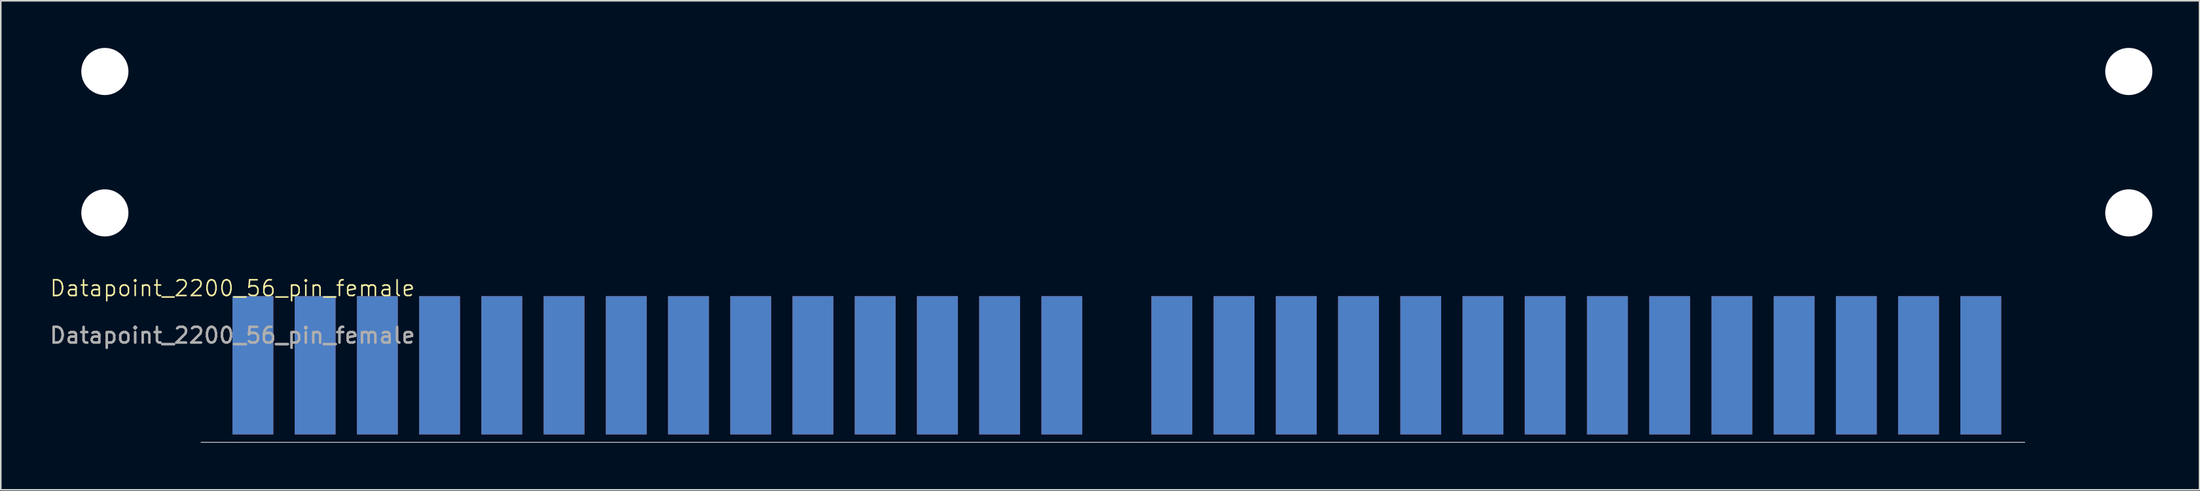
<source format=kicad_pcb>
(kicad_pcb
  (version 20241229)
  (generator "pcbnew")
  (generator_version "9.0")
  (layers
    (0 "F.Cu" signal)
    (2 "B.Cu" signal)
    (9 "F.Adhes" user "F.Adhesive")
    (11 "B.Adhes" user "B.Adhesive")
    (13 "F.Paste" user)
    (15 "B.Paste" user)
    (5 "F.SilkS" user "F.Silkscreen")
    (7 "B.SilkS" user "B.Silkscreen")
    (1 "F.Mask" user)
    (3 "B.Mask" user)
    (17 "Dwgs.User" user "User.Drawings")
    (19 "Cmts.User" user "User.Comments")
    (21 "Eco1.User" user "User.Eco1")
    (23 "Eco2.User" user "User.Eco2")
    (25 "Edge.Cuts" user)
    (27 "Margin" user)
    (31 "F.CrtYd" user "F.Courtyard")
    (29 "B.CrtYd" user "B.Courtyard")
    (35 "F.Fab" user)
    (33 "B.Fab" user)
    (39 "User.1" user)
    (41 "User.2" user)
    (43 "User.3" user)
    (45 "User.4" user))
  (footprint "Datapoint_2200_56_pin_female"
    (layer "F.Cu")
    (at 11.744 15.8)
    (property "Reference" "Datapoint_2200_56_pin_female" (at 0 -0.5 0) (unlocked yes) (layer "F.SilkS") (effects (font (size 1 1) (thickness 0.1))))
    (attr smd)
    (fp_line (start 0 9.3) (end -2 9.3) (stroke (width 0.05) (type default)) (layer "Edge.Cuts"))
    (fp_line (start 54.75 9.3) (end 0 9.3) (stroke (width 0.05) (type default)) (layer "Edge.Cuts"))
    (fp_line (start 54.75 9.3) (end 57.81 9.3) (stroke (width 0.05) (type default)) (layer "Edge.Cuts"))
    (fp_line (start 57.81 9.3) (end 112.56 9.3) (stroke (width 0.05) (type default)) (layer "Edge.Cuts"))
    (fp_line (start 114.06 9.3) (end 112.56 9.3) (stroke (width 0.05) (type default)) (layer "Edge.Cuts"))
    (fp_text user "${REFERENCE}" (at 0 2.5 0) (unlocked yes) (layer "F.Fab") (effects (font (size 1 1) (thickness 0.15))))
    (fp_text user "${REFERENCE}" (at 0 2.5 0) (unlocked yes) (layer "F.Fab") (effects (font (size 1 1) (thickness 0.15))))
    (pad "" np_thru_hole circle (at -8.12 -14.3) (size 3 3) (drill 3) (layers "*.Cu" "*.Mask"))
    (pad "" np_thru_hole circle (at -8.12 -5.3) (size 3 3) (drill 3) (layers "*.Cu" "*.Mask"))
    (pad "" np_thru_hole circle (at 120.68 -14.3) (size 3 3) (drill 3) (layers "*.Cu" "*.Mask"))
    (pad "" np_thru_hole circle (at 120.68 -5.3) (size 3 3) (drill 3) (layers "*.Cu" "*.Mask"))
    (pad "1" smd rect (at 111.26 4.4) (size 2.6 8.8) (layers "F.Cu" "F.Mask"))
    (pad "2" smd rect (at 107.3 4.4) (size 2.6 8.8) (layers "F.Cu" "F.Mask"))
    (pad "3" smd rect (at 103.34 4.4) (size 2.6 8.8) (layers "F.Cu" "F.Mask"))
    (pad "4" smd rect (at 99.38 4.4) (size 2.6 8.8) (layers "F.Cu" "F.Mask"))
    (pad "5" smd rect (at 95.42 4.4) (size 2.6 8.8) (layers "F.Cu" "F.Mask"))
    (pad "6" smd rect (at 91.46 4.4) (size 2.6 8.8) (layers "F.Cu" "F.Mask"))
    (pad "7" smd rect (at 87.5 4.4) (size 2.6 8.8) (layers "F.Cu" "F.Mask"))
    (pad "8" smd rect (at 83.54 4.4) (size 2.6 8.8) (layers "F.Cu" "F.Mask"))
    (pad "9" smd rect (at 79.58 4.4) (size 2.6 8.8) (layers "F.Cu" "F.Mask"))
    (pad "10" smd rect (at 75.62 4.4) (size 2.6 8.8) (layers "F.Cu" "F.Mask"))
    (pad "11" smd rect (at 71.66 4.4) (size 2.6 8.8) (layers "F.Cu" "F.Mask"))
    (pad "12" smd rect (at 67.7 4.4) (size 2.6 8.8) (layers "F.Cu" "F.Mask"))
    (pad "13" smd rect (at 63.74 4.4) (size 2.6 8.8) (layers "F.Cu" "F.Mask"))
    (pad "14" smd rect (at 59.78 4.4) (size 2.6 8.8) (layers "F.Cu" "F.Mask"))
    (pad "15" smd rect (at 52.78 4.4) (size 2.6 8.8) (layers "F.Cu" "F.Mask"))
    (pad "16" smd rect (at 48.82 4.4) (size 2.6 8.8) (layers "F.Cu" "F.Mask"))
    (pad "17" smd rect (at 44.86 4.4) (size 2.6 8.8) (layers "F.Cu" "F.Mask"))
    (pad "18" smd rect (at 40.9 4.4) (size 2.6 8.8) (layers "F.Cu" "F.Mask"))
    (pad "19" smd rect (at 36.94 4.4) (size 2.6 8.8) (layers "F.Cu" "F.Mask"))
    (pad "20" smd rect (at 32.98 4.4) (size 2.6 8.8) (layers "F.Cu" "F.Mask"))
    (pad "21" smd rect (at 29.02 4.4) (size 2.6 8.8) (layers "F.Cu" "F.Mask"))
    (pad "22" smd rect (at 25.06 4.4) (size 2.6 8.8) (layers "F.Cu" "F.Mask"))
    (pad "23" smd rect (at 21.1 4.4) (size 2.6 8.8) (layers "F.Cu" "F.Mask"))
    (pad "24" smd rect (at 17.14 4.4) (size 2.6 8.8) (layers "F.Cu" "F.Mask"))
    (pad "25" smd rect (at 13.18 4.4) (size 2.6 8.8) (layers "F.Cu" "F.Mask"))
    (pad "26" smd rect (at 9.22 4.4) (size 2.6 8.8) (layers "F.Cu" "F.Mask"))
    (pad "27" smd rect (at 5.26 4.4) (size 2.6 8.8) (layers "F.Cu" "F.Mask"))
    (pad "28" smd rect (at 1.3 4.4) (size 2.6 8.8) (layers "F.Cu" "F.Mask"))
    (pad "A" smd rect (at 111.26 4.4) (size 2.6 8.8) (layers "B.Cu" "B.Mask"))
    (pad "B" smd rect (at 107.3 4.4) (size 2.6 8.8) (layers "B.Cu" "B.Mask"))
    (pad "C" smd rect (at 103.34 4.4) (size 2.6 8.8) (layers "B.Cu" "B.Mask"))
    (pad "D" smd rect (at 99.38 4.4) (size 2.6 8.8) (layers "B.Cu" "B.Mask"))
    (pad "E" smd rect (at 95.42 4.4) (size 2.6 8.8) (layers "B.Cu" "B.Mask"))
    (pad "F" smd rect (at 91.46 4.4) (size 2.6 8.8) (layers "B.Cu" "B.Mask"))
    (pad "H" smd rect (at 87.5 4.4) (size 2.6 8.8) (layers "B.Cu" "B.Mask"))
    (pad "J" smd rect (at 83.54 4.4) (size 2.6 8.8) (layers "B.Cu" "B.Mask"))
    (pad "K" smd rect (at 79.58 4.4) (size 2.6 8.8) (layers "B.Cu" "B.Mask"))
    (pad "L" smd rect (at 75.62 4.4) (size 2.6 8.8) (layers "B.Cu" "B.Mask"))
    (pad "M" smd rect (at 71.66 4.4) (size 2.6 8.8) (layers "B.Cu" "B.Mask"))
    (pad "N" smd rect (at 67.7 4.4) (size 2.6 8.8) (layers "B.Cu" "B.Mask"))
    (pad "P" smd rect (at 63.74 4.4) (size 2.6 8.8) (layers "B.Cu" "B.Mask"))
    (pad "R" smd rect (at 59.78 4.4) (size 2.6 8.8) (layers "B.Cu" "B.Mask"))
    (pad "S" smd rect (at 52.78 4.4) (size 2.6 8.8) (layers "B.Cu" "B.Mask"))
    (pad "T" smd rect (at 48.82 4.4) (size 2.6 8.8) (layers "B.Cu" "B.Mask"))
    (pad "U" smd rect (at 44.86 4.4) (size 2.6 8.8) (layers "B.Cu" "B.Mask"))
    (pad "V" smd rect (at 40.9 4.4) (size 2.6 8.8) (layers "B.Cu" "B.Mask"))
    (pad "W" smd rect (at 36.94 4.4) (size 2.6 8.8) (layers "B.Cu" "B.Mask"))
    (pad "X" smd rect (at 32.98 4.4) (size 2.6 8.8) (layers "B.Cu" "B.Mask"))
    (pad "Y" smd rect (at 29.02 4.4) (size 2.6 8.8) (layers "B.Cu" "B.Mask"))
    (pad "Z" smd rect (at 25.06 4.4) (size 2.6 8.8) (layers "B.Cu" "B.Mask"))
    (pad "~{A}" smd rect (at 21.1 4.4) (size 2.6 8.8) (layers "B.Cu" "B.Mask"))
    (pad "~{B}" smd rect (at 17.14 4.4) (size 2.6 8.8) (layers "B.Cu" "B.Mask"))
    (pad "~{C}" smd rect (at 13.18 4.4) (size 2.6 8.8) (layers "B.Cu" "B.Mask"))
    (pad "~{D}" smd rect (at 9.22 4.4) (size 2.6 8.8) (layers "B.Cu" "B.Mask"))
    (pad "~{E}" smd rect (at 5.26 4.4) (size 2.6 8.8) (layers "B.Cu" "B.Mask"))
    (pad "~{F}" smd rect (at 1.3 4.4) (size 2.6 8.8) (layers "B.Cu" "B.Mask")))
  (gr_rect
    (start -3 -3)
    (end 136.924 28.125)
    (stroke (width 0.1) (type default))
    (fill no)
    (layer "Edge.Cuts")))
</source>
